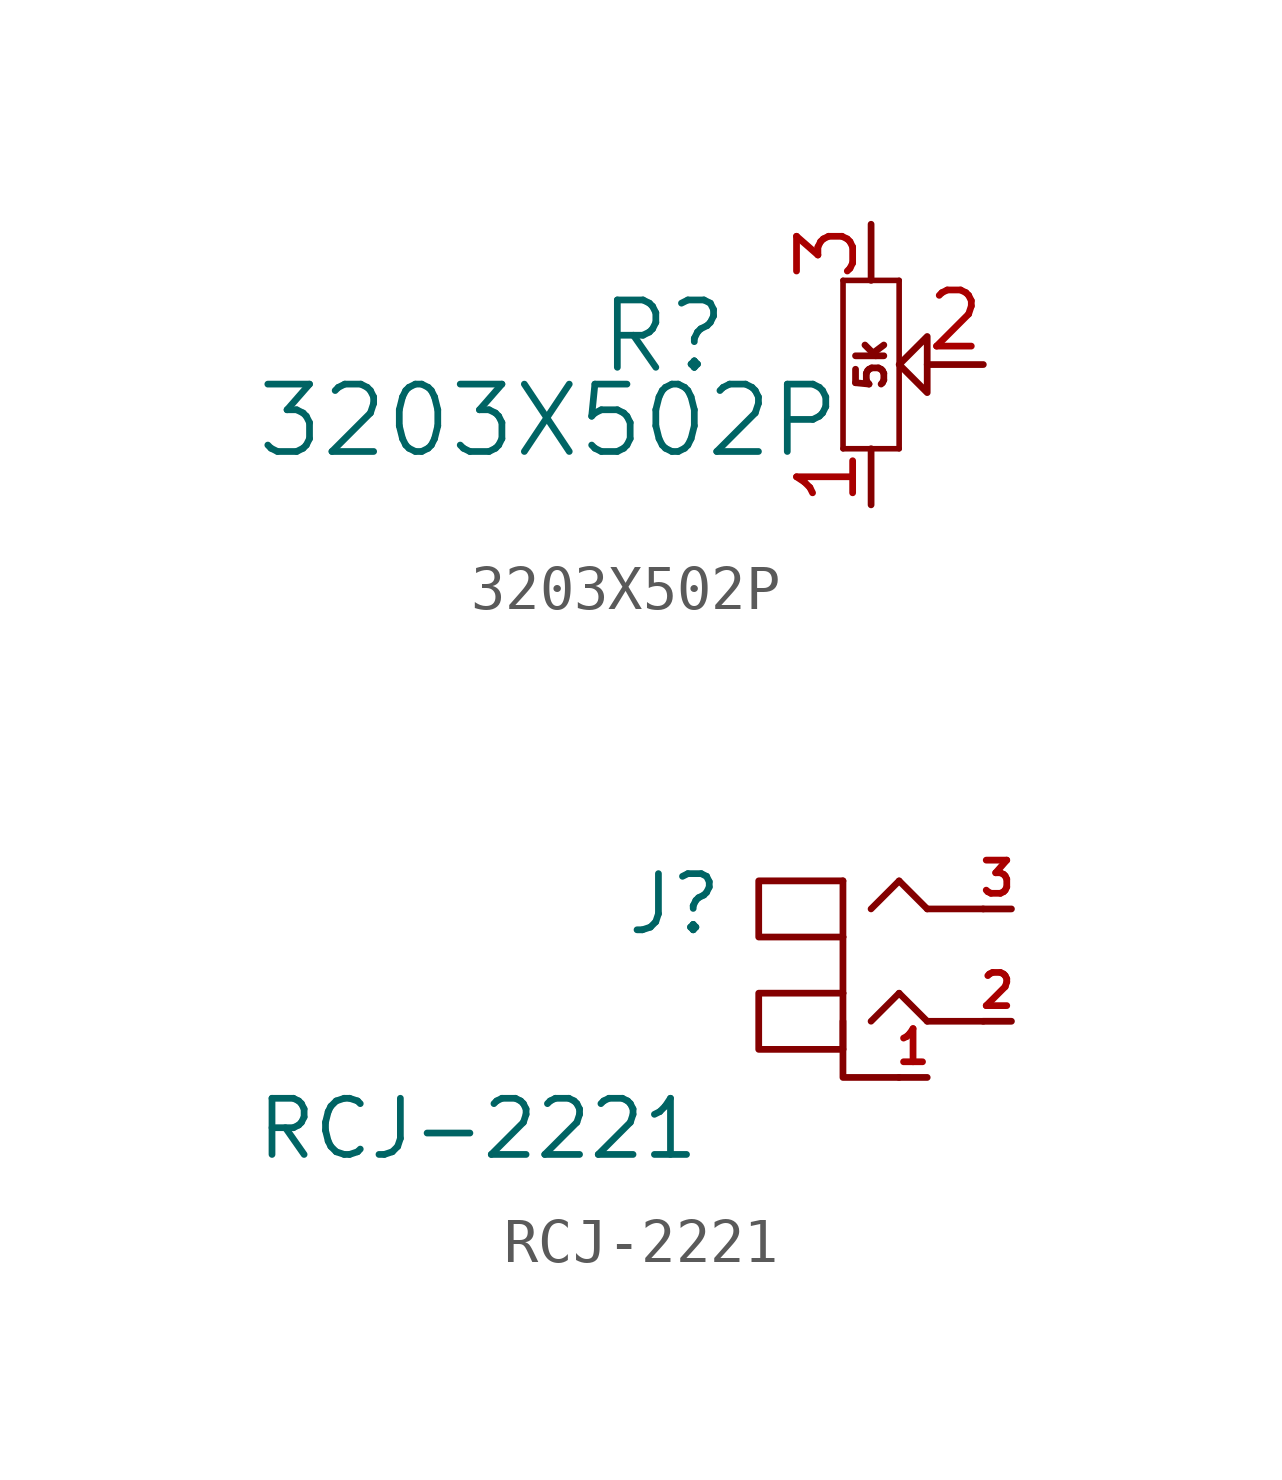
<source format=kicad_sym>
(kicad_symbol_lib
  (version 20211014)
  (generator kicad_symbol_editor)
  (symbol "3203X502P"
    (pin_names
      (offset 0.254))
    (property "Reference" "R"
      (at -3.175 0.635 0)
      (effects (font (size 1.524 1.524)) (justify right)))
    (property "Value" "3203X502P"
      (at -0.635 -1.27 0)
      (effects (font (size 1.524 1.524)) (justify right)))
    (property "Datasheet" ""
      (at 0 0 90)
      (effects (font (size 1.524 1.524))))
    (symbol "3203X502P_0_0"
      (text "5k" (at 0 0 900) (effects (font (size 0.64 0.64)))))
    (symbol "3203X502P_0_1"
      (polyline (pts (xy 1.27 0) (xy 1.27 0.635) (xy 0.635 0) (xy 1.27 -0.635) (xy 1.27 0)) (stroke (width 0) (type default) (color 0 0 0 0)) (fill (type none))))
    (symbol "3203X502P_1_1"
      (polyline (pts (xy -0.635 -1.905) (xy 0.635 -1.905)) (stroke (width 0.127) (type default) (color 0 0 0 0)) (fill (type none)))
      (polyline (pts (xy -0.635 1.905) (xy -0.635 -1.905)) (stroke (width 0.127) (type default) (color 0 0 0 0)) (fill (type none)))
      (polyline (pts (xy 0.635 -1.905) (xy 0.635 1.905)) (stroke (width 0.127) (type default) (color 0 0 0 0)) (fill (type none)))
      (polyline (pts (xy 0.635 1.905) (xy -0.635 1.905)) (stroke (width 0.127) (type default) (color 0 0 0 0)) (fill (type none)))
      (pin passive line (at 0 -3.175 90) (length 1.27) (name "" (effects (font (size 1.27 1.27)))) (number "1" (effects (font (size 1.27 1.27)))))
      (pin passive line (at 2.54 0 180) (length 1.27) (name "" (effects (font (size 1.27 1.27)))) (number "2" (effects (font (size 1.27 1.27)))))
      (pin passive line (at 0 3.175 270) (length 1.27) (name "" (effects (font (size 1.27 1.27)))) (number "3" (effects (font (size 1.27 1.27)))))))
  (symbol "RCJ-2221"
    (pin_names
      (offset 1.016))
    (property "Reference" "J"
      (at -6.35 1.905 0)
      (effects (font (size 1.27 1.27)) (justify bottom)))
    (property "Value" "RCJ-2221"
      (at -10.795 -3.175 0)
      (effects (font (size 1.27 1.27)) (justify bottom)))
    (symbol "RCJ-2221_0_0"
      (polyline (pts (xy -1.905 0) (xy -1.27 0.635)) (stroke (width 0.15) (type default) (color 0 0 0 0)) (fill (type none)))
      (polyline (pts (xy -1.905 2.54) (xy -1.27 3.175)) (stroke (width 0.15) (type default) (color 0 0 0 0)) (fill (type none)))
      (polyline (pts (xy -1.27 0.635) (xy -0.635 0)) (stroke (width 0.15) (type default) (color 0 0 0 0)) (fill (type none)))
      (polyline (pts (xy -1.27 3.175) (xy -0.635 2.54)) (stroke (width 0.15) (type default) (color 0 0 0 0)) (fill (type none)))
      (polyline (pts (xy -0.635 0) (xy 0.635 0)) (stroke (width 0.15) (type default) (color 0 0 0 0)) (fill (type none)))
      (polyline (pts (xy -0.635 2.54) (xy 0.635 2.54)) (stroke (width 0.15) (type default) (color 0 0 0 0)) (fill (type none)))
      (pin passive line (at -0.635 -1.27 180) (length 0.64) (name "~" (effects (font (size 0.75 0.75)))) (number "1" (effects (font (size 0.75 0.75)))))
      (pin passive line (at 1.27 0 180) (length 0.64) (name "~" (effects (font (size 0.75 0.75)))) (number "2" (effects (font (size 0.75 0.75)))))
      (pin passive line (at 1.27 2.54 180) (length 0.64) (name "~" (effects (font (size 0.75 0.75)))) (number "3" (effects (font (size 0.75 0.75))))))
    (symbol "RCJ-2221_0_1"
      (polyline (pts (xy -2.54 0.635) (xy -2.54 -0.635)) (stroke (width 0) (type default) (color 0 0 0 0)) (fill (type none)))
      (polyline (pts (xy -2.54 0.635) (xy -2.54 1.905)) (stroke (width 0) (type default) (color 0 0 0 0)) (fill (type none)))
      (polyline (pts (xy -2.54 1.905) (xy -2.54 3.175)) (stroke (width 0) (type default) (color 0 0 0 0)) (fill (type none)))
      (polyline (pts (xy -1.27 -1.27) (xy -2.54 -1.27) (xy -2.54 0)) (stroke (width 0) (type default) (color 0 0 0 0)) (fill (type none)))
      (polyline (pts (xy -2.54 0.635) (xy -4.445 0.635) (xy -4.445 -0.635) (xy -2.54 -0.635)) (stroke (width 0) (type default) (color 0 0 0 0)) (fill (type none)))
      (polyline (pts (xy -2.54 3.175) (xy -4.445 3.175) (xy -4.445 1.905) (xy -2.54 1.905)) (stroke (width 0) (type default) (color 0 0 0 0)) (fill (type none))))))
</source>
